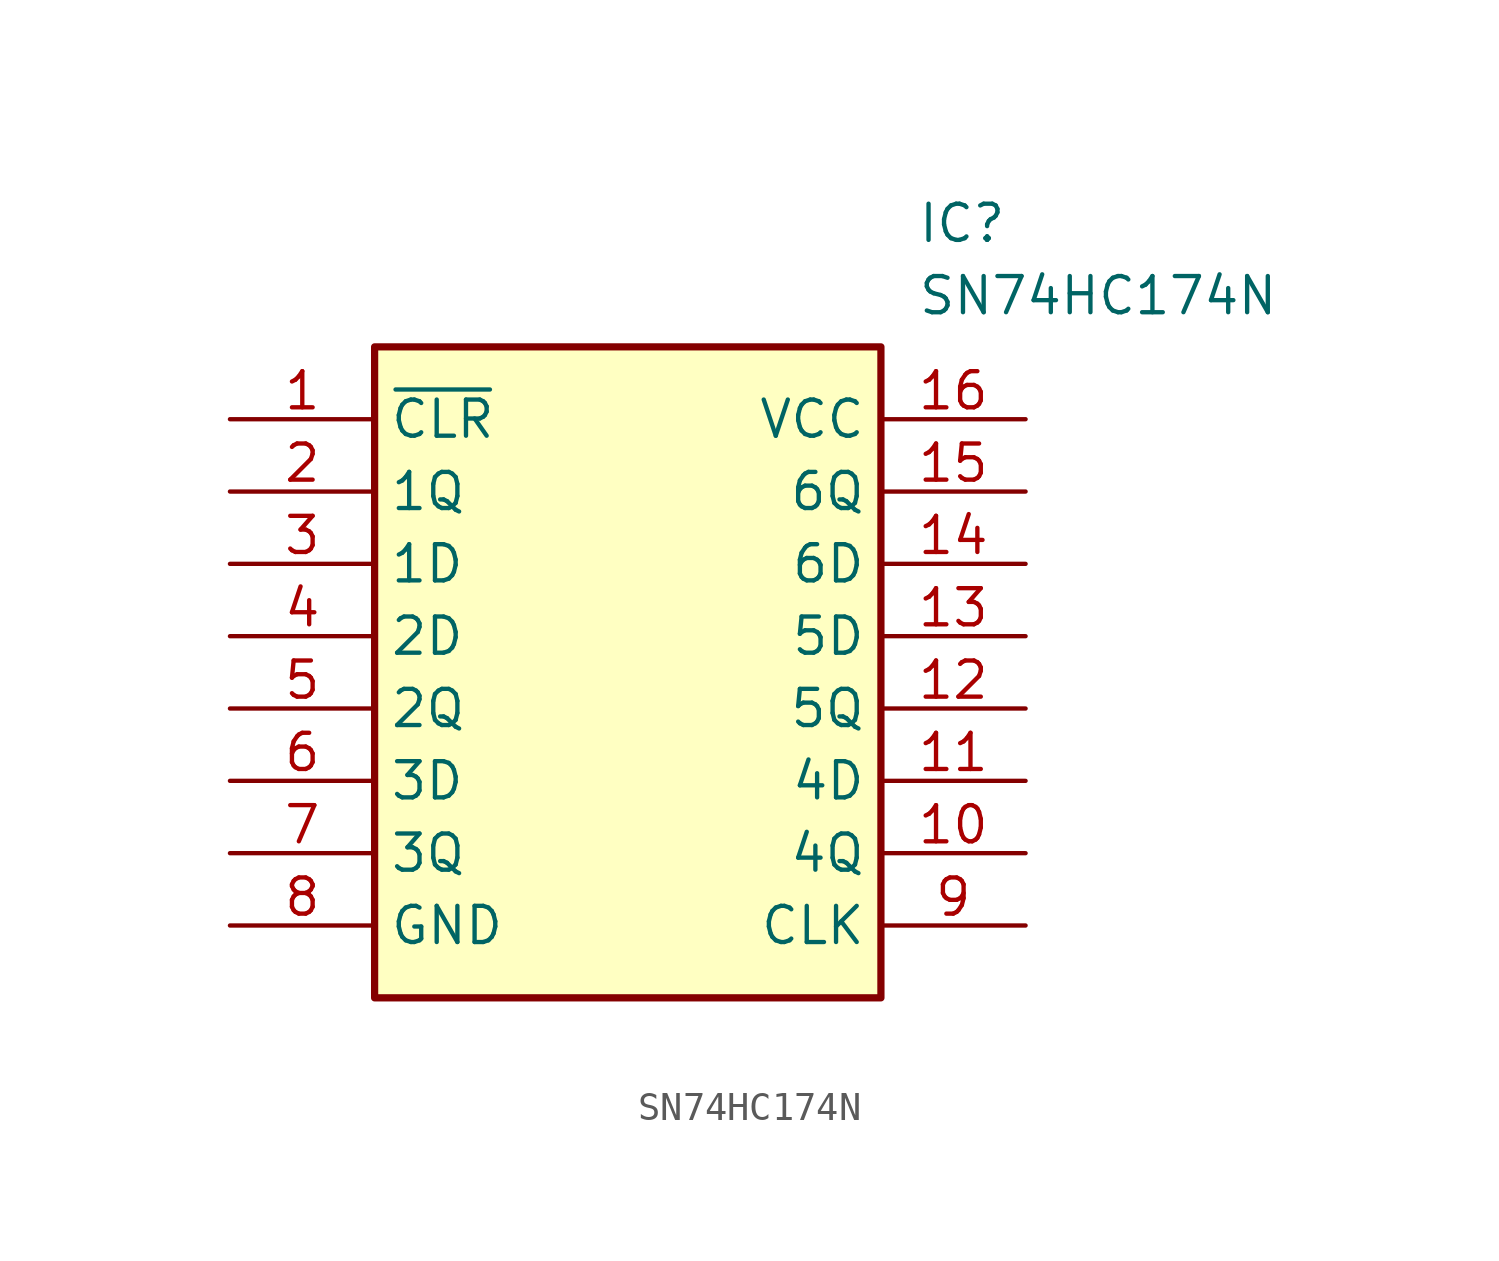
<source format=kicad_sym>
(kicad_symbol_lib
  (version 20211014)
  (generator SamacSys_ECAD_Model)
  (symbol "SN74HC174N"
    (property "Reference" "IC"
      (at 24.13 7.62 0)
      (effects (font (size 1.27 1.27)) (justify left top)))
    (property "Value" "SN74HC174N"
      (at 24.13 5.08 0)
      (effects (font (size 1.27 1.27)) (justify left top)))
    (rectangle
      (start 5.08 2.54)
      (end 22.86 -20.32)
      (stroke (width 0.254) (type default))
      (fill (type background)))
    (pin passive line
      (at 0 0 0)
      (length 5.08)
      (name "~{CLR}" (effects (font (size 1.27 1.27))))
      (number "1" (effects (font (size 1.27 1.27)))))
    (pin passive line
      (at 0 -2.54 0)
      (length 5.08)
      (name "1Q" (effects (font (size 1.27 1.27))))
      (number "2" (effects (font (size 1.27 1.27)))))
    (pin passive line
      (at 0 -5.08 0)
      (length 5.08)
      (name "1D" (effects (font (size 1.27 1.27))))
      (number "3" (effects (font (size 1.27 1.27)))))
    (pin passive line
      (at 0 -7.62 0)
      (length 5.08)
      (name "2D" (effects (font (size 1.27 1.27))))
      (number "4" (effects (font (size 1.27 1.27)))))
    (pin passive line
      (at 0 -10.16 0)
      (length 5.08)
      (name "2Q" (effects (font (size 1.27 1.27))))
      (number "5" (effects (font (size 1.27 1.27)))))
    (pin passive line
      (at 0 -12.7 0)
      (length 5.08)
      (name "3D" (effects (font (size 1.27 1.27))))
      (number "6" (effects (font (size 1.27 1.27)))))
    (pin passive line
      (at 0 -15.24 0)
      (length 5.08)
      (name "3Q" (effects (font (size 1.27 1.27))))
      (number "7" (effects (font (size 1.27 1.27)))))
    (pin passive line
      (at 0 -17.78 0)
      (length 5.08)
      (name "GND" (effects (font (size 1.27 1.27))))
      (number "8" (effects (font (size 1.27 1.27)))))
    (pin passive line
      (at 27.94 0 180)
      (length 5.08)
      (name "VCC" (effects (font (size 1.27 1.27))))
      (number "16" (effects (font (size 1.27 1.27)))))
    (pin passive line
      (at 27.94 -2.54 180)
      (length 5.08)
      (name "6Q" (effects (font (size 1.27 1.27))))
      (number "15" (effects (font (size 1.27 1.27)))))
    (pin passive line
      (at 27.94 -5.08 180)
      (length 5.08)
      (name "6D" (effects (font (size 1.27 1.27))))
      (number "14" (effects (font (size 1.27 1.27)))))
    (pin passive line
      (at 27.94 -7.62 180)
      (length 5.08)
      (name "5D" (effects (font (size 1.27 1.27))))
      (number "13" (effects (font (size 1.27 1.27)))))
    (pin passive line
      (at 27.94 -10.16 180)
      (length 5.08)
      (name "5Q" (effects (font (size 1.27 1.27))))
      (number "12" (effects (font (size 1.27 1.27)))))
    (pin passive line
      (at 27.94 -12.7 180)
      (length 5.08)
      (name "4D" (effects (font (size 1.27 1.27))))
      (number "11" (effects (font (size 1.27 1.27)))))
    (pin passive line
      (at 27.94 -15.24 180)
      (length 5.08)
      (name "4Q" (effects (font (size 1.27 1.27))))
      (number "10" (effects (font (size 1.27 1.27)))))
    (pin passive line
      (at 27.94 -17.78 180)
      (length 5.08)
      (name "CLK" (effects (font (size 1.27 1.27))))
      (number "9" (effects (font (size 1.27 1.27)))))))
</source>
